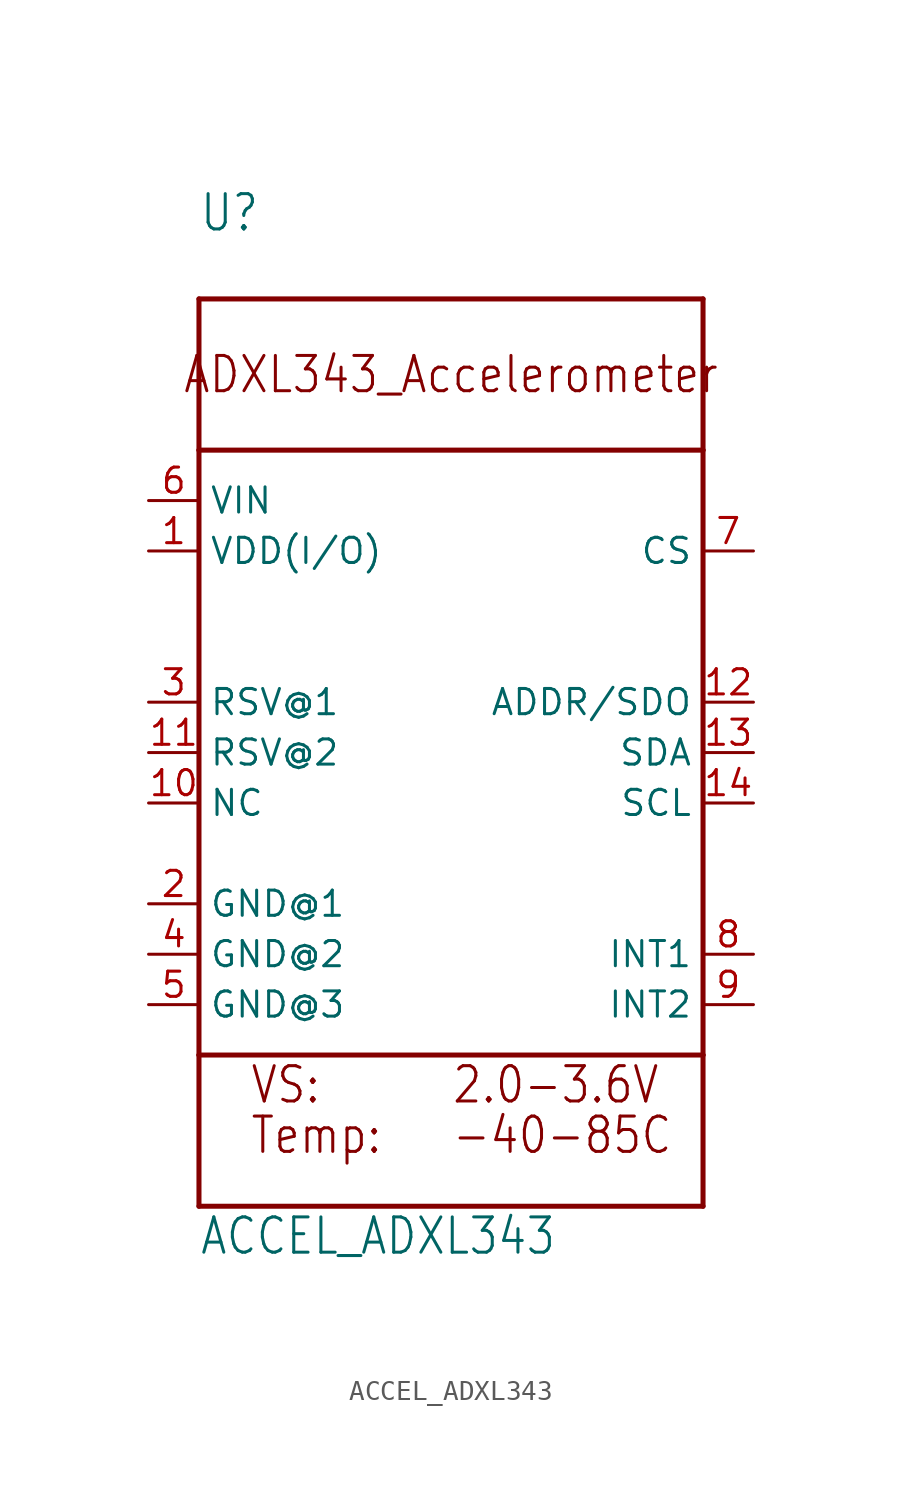
<source format=kicad_sym>
(kicad_symbol_lib
  (version 20211014)
  (generator kicad_symbol_editor)
  (symbol "ACCEL_ADXL343"
    (property "Reference" "U"
      (at -12.7 26.162 0)
      (effects (font (size 1.778 1.511)) (justify left bottom)))
    (property "Value" "ACCEL_ADXL343"
      (at -12.7 -25.4 0)
      (effects (font (size 1.778 1.511)) (justify left bottom)))
    (property "ki_locked" ""
      (at 0 0 0)
      (effects (font (size 1.27 1.27))))
    (symbol "ACCEL_ADXL343_1_0"
      (polyline (pts (xy -12.7 -22.86) (xy 12.7 -22.86)) (stroke (width 0.254) (type default) (color 0 0 0 0)) (fill (type none)))
      (polyline (pts (xy -12.7 -15.24) (xy -12.7 -22.86)) (stroke (width 0.254) (type default) (color 0 0 0 0)) (fill (type none)))
      (polyline (pts (xy -12.7 -15.24) (xy -12.7 15.24)) (stroke (width 0.254) (type default) (color 0 0 0 0)) (fill (type none)))
      (polyline (pts (xy -12.7 15.24) (xy 12.7 15.24)) (stroke (width 0.254) (type default) (color 0 0 0 0)) (fill (type none)))
      (polyline (pts (xy -12.7 22.86) (xy -12.7 15.24)) (stroke (width 0.254) (type default) (color 0 0 0 0)) (fill (type none)))
      (polyline (pts (xy -12.7 22.86) (xy 12.7 22.86)) (stroke (width 0.254) (type default) (color 0 0 0 0)) (fill (type none)))
      (polyline (pts (xy 12.7 -15.24) (xy -12.7 -15.24)) (stroke (width 0.254) (type default) (color 0 0 0 0)) (fill (type none)))
      (polyline (pts (xy 12.7 -15.24) (xy 12.7 -22.86)) (stroke (width 0.254) (type default) (color 0 0 0 0)) (fill (type none)))
      (polyline (pts (xy 12.7 15.24) (xy 12.7 -15.24)) (stroke (width 0.254) (type default) (color 0 0 0 0)) (fill (type none)))
      (polyline (pts (xy 12.7 22.86) (xy 12.7 15.24)) (stroke (width 0.254) (type default) (color 0 0 0 0)) (fill (type none)))
      (text "-40-85C" (at 0 -20.32 0) (effects (font (size 1.778 1.511)) (justify left bottom)))
      (text "2.0-3.6V" (at 0 -17.78 0) (effects (font (size 1.778 1.511)) (justify left bottom)))
      (text "ADXL343_Accelerometer" (at 0 19.05 0) (effects (font (size 1.778 1.511))))
      (text "Temp:" (at -10.16 -20.32 0) (effects (font (size 1.778 1.511)) (justify left bottom)))
      (text "VS:" (at -10.16 -17.78 0) (effects (font (size 1.778 1.511)) (justify left bottom)))
      (pin bidirectional line (at -15.24 10.16 0) (length 2.54) (name "VDD(I/O)" (effects (font (size 1.27 1.27)))) (number "1" (effects (font (size 1.27 1.27)))))
      (pin bidirectional line (at -15.24 -2.54 0) (length 2.54) (name "NC" (effects (font (size 1.27 1.27)))) (number "10" (effects (font (size 1.27 1.27)))))
      (pin bidirectional line (at -15.24 0 0) (length 2.54) (name "RSV@2" (effects (font (size 1.27 1.27)))) (number "11" (effects (font (size 1.27 1.27)))))
      (pin bidirectional line (at 15.24 2.54 180) (length 2.54) (name "ADDR/SDO" (effects (font (size 1.27 1.27)))) (number "12" (effects (font (size 1.27 1.27)))))
      (pin bidirectional line (at 15.24 0 180) (length 2.54) (name "SDA" (effects (font (size 1.27 1.27)))) (number "13" (effects (font (size 1.27 1.27)))))
      (pin bidirectional line (at 15.24 -2.54 180) (length 2.54) (name "SCL" (effects (font (size 1.27 1.27)))) (number "14" (effects (font (size 1.27 1.27)))))
      (pin bidirectional line (at -15.24 -7.62 0) (length 2.54) (name "GND@1" (effects (font (size 1.27 1.27)))) (number "2" (effects (font (size 1.27 1.27)))))
      (pin bidirectional line (at -15.24 2.54 0) (length 2.54) (name "RSV@1" (effects (font (size 1.27 1.27)))) (number "3" (effects (font (size 1.27 1.27)))))
      (pin bidirectional line (at -15.24 -10.16 0) (length 2.54) (name "GND@2" (effects (font (size 1.27 1.27)))) (number "4" (effects (font (size 1.27 1.27)))))
      (pin bidirectional line (at -15.24 -12.7 0) (length 2.54) (name "GND@3" (effects (font (size 1.27 1.27)))) (number "5" (effects (font (size 1.27 1.27)))))
      (pin bidirectional line (at -15.24 12.7 0) (length 2.54) (name "VIN" (effects (font (size 1.27 1.27)))) (number "6" (effects (font (size 1.27 1.27)))))
      (pin bidirectional line (at 15.24 10.16 180) (length 2.54) (name "CS" (effects (font (size 1.27 1.27)))) (number "7" (effects (font (size 1.27 1.27)))))
      (pin bidirectional line (at 15.24 -10.16 180) (length 2.54) (name "INT1" (effects (font (size 1.27 1.27)))) (number "8" (effects (font (size 1.27 1.27)))))
      (pin bidirectional line (at 15.24 -12.7 180) (length 2.54) (name "INT2" (effects (font (size 1.27 1.27)))) (number "9" (effects (font (size 1.27 1.27))))))))
</source>
